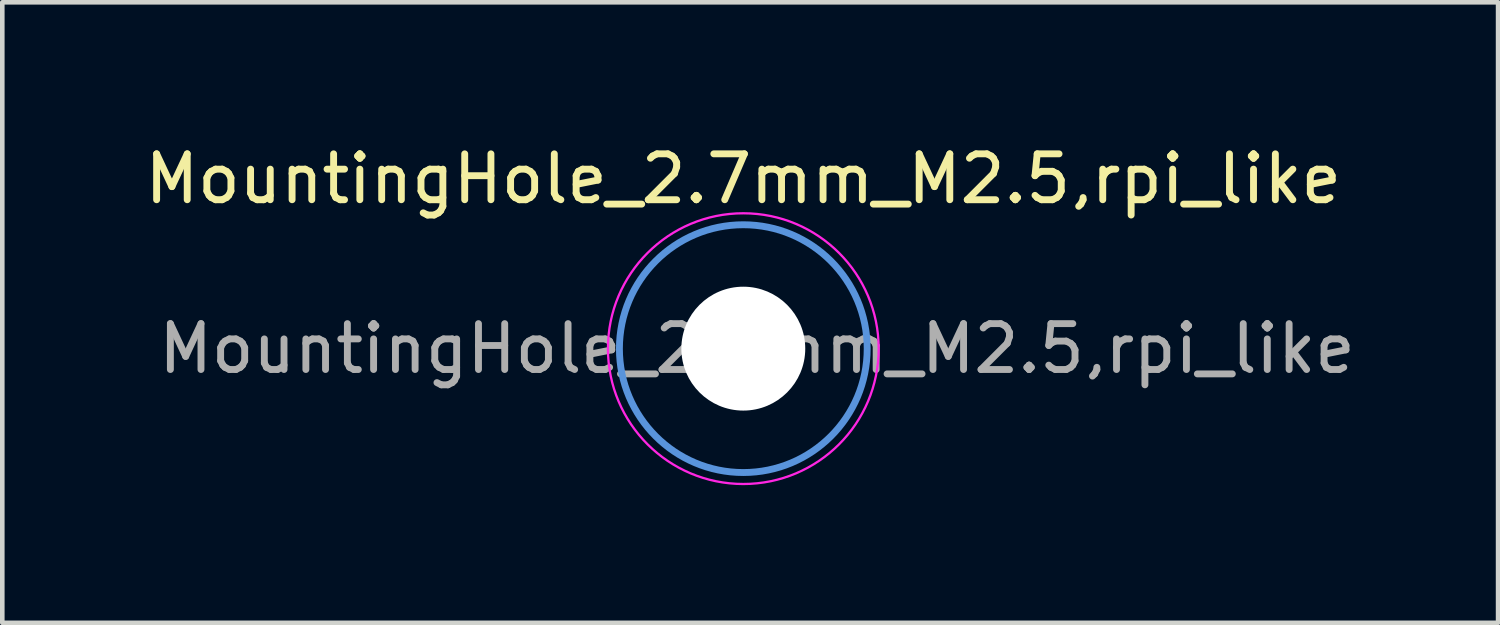
<source format=kicad_pcb>
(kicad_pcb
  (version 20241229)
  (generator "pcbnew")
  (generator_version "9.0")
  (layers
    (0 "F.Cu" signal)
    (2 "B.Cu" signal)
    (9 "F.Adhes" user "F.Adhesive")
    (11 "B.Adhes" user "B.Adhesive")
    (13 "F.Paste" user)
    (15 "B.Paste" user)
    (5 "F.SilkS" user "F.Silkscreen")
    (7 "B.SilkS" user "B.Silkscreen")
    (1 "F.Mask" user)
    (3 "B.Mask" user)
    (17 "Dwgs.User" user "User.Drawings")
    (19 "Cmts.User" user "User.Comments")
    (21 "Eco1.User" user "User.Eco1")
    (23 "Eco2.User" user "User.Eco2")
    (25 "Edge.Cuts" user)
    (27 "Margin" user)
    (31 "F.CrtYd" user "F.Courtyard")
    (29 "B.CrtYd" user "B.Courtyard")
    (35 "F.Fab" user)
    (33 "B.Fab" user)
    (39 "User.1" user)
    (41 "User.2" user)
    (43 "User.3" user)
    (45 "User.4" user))
  (footprint "MountingHole_2.7mm_M2.5,rpi_like"
    (layer "F.Cu")
    (at 13.149 4.548)
    (property "Reference" "MountingHole_2.7mm_M2.5,rpi_like" (at 0 -3.7 0) (layer "F.SilkS") (effects (font (size 1 1) (thickness 0.15))))
    (attr exclude_from_pos_files exclude_from_bom)
    (fp_circle (center 0 0) (end 1.905 0) (stroke (width 1.2) (type solid)) (fill no) (layer "F.Mask"))
    (fp_circle (center 0 0) (end 1.905 0) (stroke (width 1.2) (type solid)) (fill no) (layer "B.Mask"))
    (fp_circle (center 0 0) (end 2.7 0) (stroke (width 0.15) (type solid)) (fill no) (layer "Cmts.User"))
    (fp_circle (center 0 0) (end 2.95 0) (stroke (width 0.05) (type solid)) (fill no) (layer "F.CrtYd"))
    (fp_text user "${REFERENCE}" (at 0.3 0 0) (layer "F.Fab") (effects (font (size 1 1) (thickness 0.15))))
    (pad "" np_thru_hole circle (at 0 0) (size 2.7 2.7) (drill 2.7) (layers "*.Cu" "*.Mask")))
  (gr_rect
    (start -3 -3)
    (end 29.598 10.523)
    (stroke (width 0.1) (type default))
    (fill no)
    (layer "Edge.Cuts")))
</source>
